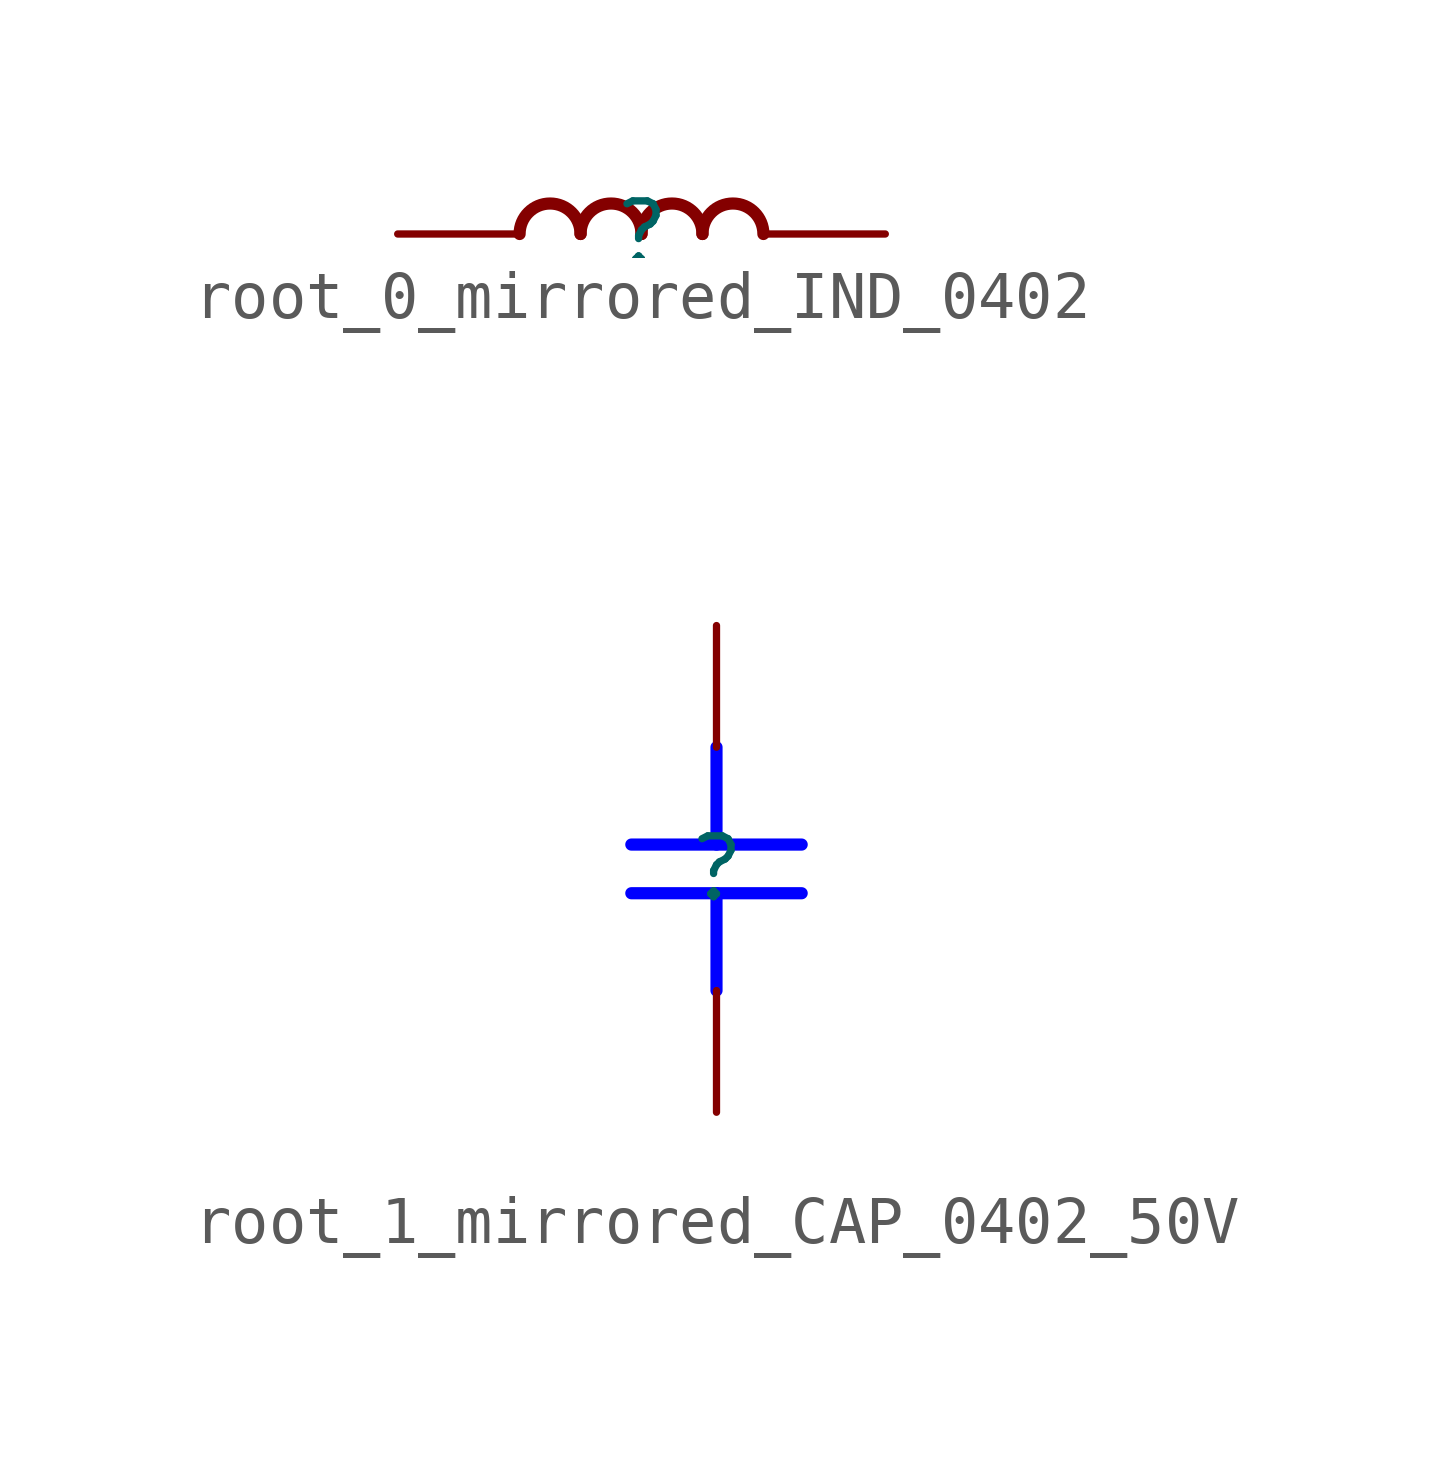
<source format=kicad_sym>
(kicad_symbol_lib
  (version 20220914)
  (generator kicad_symbol_editor)
  (symbol "root_0_mirrored_IND_0402"
    (property "Reference" ""
      (at 0 0 0)
      (effects (font (size 1.27 1.27))))
    (property "Value" ""
      (at 0 0 0)
      (effects (font (size 1.27 1.27))))
    (symbol "root_0_mirrored_IND_0402_1_0"
      (arc (start -1.27 0) (mid -1.905 0.635) (end -2.54 0) (stroke (width 0.254) (type solid)) (fill (type none)))
      (arc (start 0 0) (mid -0.635 0.635) (end -1.27 0) (stroke (width 0.254) (type solid)) (fill (type none)))
      (arc (start 1.27 0) (mid 0.635 0.635) (end 0 0) (stroke (width 0.254) (type solid)) (fill (type none)))
      (arc (start 2.54 0) (mid 1.905 0.635) (end 1.27 0) (stroke (width 0.254) (type solid)) (fill (type none)))
      (pin passive line (at 5.08 0 180) (length 2.54) (name "1" (effects (font (size 0 0)))) (number "1" (effects (font (size 0 0)))))
      (pin passive line (at -5.08 0 0) (length 2.54) (name "2" (effects (font (size 0 0)))) (number "2" (effects (font (size 0 0)))))))
  (symbol "root_1_mirrored_CAP_0402_50V"
    (property "Reference" ""
      (at 0 0 0)
      (effects (font (size 1.27 1.27))))
    (property "Value" ""
      (at 0 0 0)
      (effects (font (size 1.27 1.27))))
    (symbol "root_1_mirrored_CAP_0402_50V_1_0"
      (polyline (pts (xy -1.778 0.508) (xy 1.778 0.508)) (stroke (width 0.254) (type solid) (color 0 0 255 1)) (fill (type none)))
      (polyline (pts (xy 0 -2.54) (xy 0 -0.508)) (stroke (width 0.254) (type solid) (color 0 0 255 1)) (fill (type none)))
      (polyline (pts (xy 0 0.508) (xy 0 2.54)) (stroke (width 0.254) (type solid) (color 0 0 255 1)) (fill (type none)))
      (polyline (pts (xy 1.778 -0.508) (xy -1.778 -0.508)) (stroke (width 0.254) (type solid) (color 0 0 255 1)) (fill (type none)))
      (pin passive line (at 0 -5.08 90) (length 2.54) (name "1" (effects (font (size 0 0)))) (number "1" (effects (font (size 0 0)))))
      (pin passive line (at 0 5.08 270) (length 2.54) (name "2" (effects (font (size 0 0)))) (number "2" (effects (font (size 0 0))))))))
</source>
